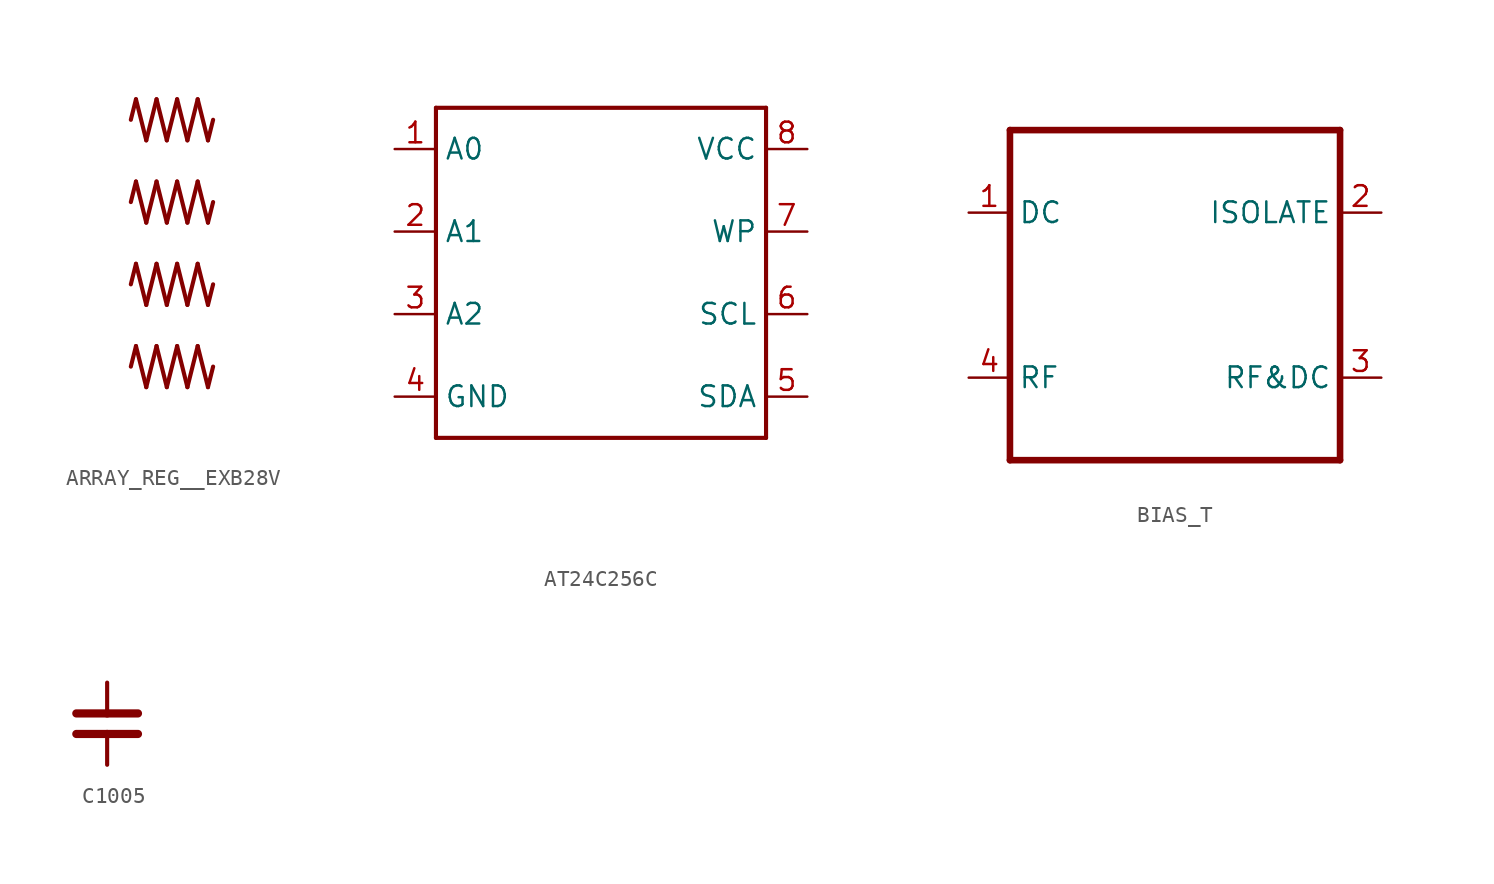
<source format=kicad_sym>
(kicad_symbol_lib
  (version 20220914)
  (generator kicad_symbol_editor)
  (symbol "ARRAY_REG__EXB28V"
    (property "Reference" ""
      (at -2.54 7.62 0)
      (effects (font (size 1.27 1.079)) (justify left bottom) hide))
    (property "Value" ""
      (at -2.54 -13.97 0)
      (effects (font (size 1.27 1.079)) (justify left bottom)))
    (property "ki_locked" ""
      (at 0 0 0)
      (effects (font (size 1.27 1.27))))
    (symbol "ARRAY_REG__EXB28V_1_0"
      (polyline (pts (xy -2.54 -10.16) (xy -2.223 -8.89)) (stroke (width 0.254) (type solid)) (fill (type none)))
      (polyline (pts (xy -2.54 -5.08) (xy -2.223 -3.81)) (stroke (width 0.254) (type solid)) (fill (type none)))
      (polyline (pts (xy -2.54 0) (xy -2.223 1.27)) (stroke (width 0.254) (type solid)) (fill (type none)))
      (polyline (pts (xy -2.54 5.08) (xy -2.223 6.35)) (stroke (width 0.254) (type solid)) (fill (type none)))
      (polyline (pts (xy -2.223 -8.89) (xy -1.587 -11.43)) (stroke (width 0.254) (type solid)) (fill (type none)))
      (polyline (pts (xy -2.223 -3.81) (xy -1.587 -6.35)) (stroke (width 0.254) (type solid)) (fill (type none)))
      (polyline (pts (xy -2.223 1.27) (xy -1.587 -1.27)) (stroke (width 0.254) (type solid)) (fill (type none)))
      (polyline (pts (xy -2.223 6.35) (xy -1.587 3.81)) (stroke (width 0.254) (type solid)) (fill (type none)))
      (polyline (pts (xy -1.587 -11.43) (xy -0.953 -8.89)) (stroke (width 0.254) (type solid)) (fill (type none)))
      (polyline (pts (xy -1.587 -6.35) (xy -0.953 -3.81)) (stroke (width 0.254) (type solid)) (fill (type none)))
      (polyline (pts (xy -1.587 -1.27) (xy -0.953 1.27)) (stroke (width 0.254) (type solid)) (fill (type none)))
      (polyline (pts (xy -1.587 3.81) (xy -0.953 6.35)) (stroke (width 0.254) (type solid)) (fill (type none)))
      (polyline (pts (xy -0.953 -8.89) (xy -0.318 -11.43)) (stroke (width 0.254) (type solid)) (fill (type none)))
      (polyline (pts (xy -0.953 -3.81) (xy -0.318 -6.35)) (stroke (width 0.254) (type solid)) (fill (type none)))
      (polyline (pts (xy -0.953 1.27) (xy -0.318 -1.27)) (stroke (width 0.254) (type solid)) (fill (type none)))
      (polyline (pts (xy -0.953 6.35) (xy -0.318 3.81)) (stroke (width 0.254) (type solid)) (fill (type none)))
      (polyline (pts (xy -0.318 -11.43) (xy 0.318 -8.89)) (stroke (width 0.254) (type solid)) (fill (type none)))
      (polyline (pts (xy -0.318 -6.35) (xy 0.318 -3.81)) (stroke (width 0.254) (type solid)) (fill (type none)))
      (polyline (pts (xy -0.318 -1.27) (xy 0.318 1.27)) (stroke (width 0.254) (type solid)) (fill (type none)))
      (polyline (pts (xy -0.318 3.81) (xy 0.318 6.35)) (stroke (width 0.254) (type solid)) (fill (type none)))
      (polyline (pts (xy 0.318 -8.89) (xy 0.953 -11.43)) (stroke (width 0.254) (type solid)) (fill (type none)))
      (polyline (pts (xy 0.318 -3.81) (xy 0.953 -6.35)) (stroke (width 0.254) (type solid)) (fill (type none)))
      (polyline (pts (xy 0.318 1.27) (xy 0.953 -1.27)) (stroke (width 0.254) (type solid)) (fill (type none)))
      (polyline (pts (xy 0.318 6.35) (xy 0.953 3.81)) (stroke (width 0.254) (type solid)) (fill (type none)))
      (polyline (pts (xy 0.953 -11.43) (xy 1.587 -8.89)) (stroke (width 0.254) (type solid)) (fill (type none)))
      (polyline (pts (xy 0.953 -6.35) (xy 1.587 -3.81)) (stroke (width 0.254) (type solid)) (fill (type none)))
      (polyline (pts (xy 0.953 -1.27) (xy 1.587 1.27)) (stroke (width 0.254) (type solid)) (fill (type none)))
      (polyline (pts (xy 0.953 3.81) (xy 1.587 6.35)) (stroke (width 0.254) (type solid)) (fill (type none)))
      (polyline (pts (xy 1.587 -8.89) (xy 2.223 -11.43)) (stroke (width 0.254) (type solid)) (fill (type none)))
      (polyline (pts (xy 1.587 -3.81) (xy 2.223 -6.35)) (stroke (width 0.254) (type solid)) (fill (type none)))
      (polyline (pts (xy 1.587 1.27) (xy 2.223 -1.27)) (stroke (width 0.254) (type solid)) (fill (type none)))
      (polyline (pts (xy 1.587 6.35) (xy 2.223 3.81)) (stroke (width 0.254) (type solid)) (fill (type none)))
      (polyline (pts (xy 2.223 -11.43) (xy 2.54 -10.16)) (stroke (width 0.254) (type solid)) (fill (type none)))
      (polyline (pts (xy 2.223 -6.35) (xy 2.54 -5.08)) (stroke (width 0.254) (type solid)) (fill (type none)))
      (polyline (pts (xy 2.223 -1.27) (xy 2.54 0)) (stroke (width 0.254) (type solid)) (fill (type none)))
      (polyline (pts (xy 2.223 3.81) (xy 2.54 5.08)) (stroke (width 0.254) (type solid)) (fill (type none)))
      (pin passive line (at -2.54 5.08 0) (length 0) (name "P1" (effects (font (size 0 0)))) (number "1" (effects (font (size 0 0)))))
      (pin passive line (at 2.54 5.08 0) (length 0) (name "P2" (effects (font (size 0 0)))) (number "2" (effects (font (size 0 0)))))
      (pin passive line (at -2.54 0 0) (length 0) (name "P3" (effects (font (size 0 0)))) (number "3" (effects (font (size 0 0)))))
      (pin passive line (at 2.54 0 0) (length 0) (name "P4" (effects (font (size 0 0)))) (number "4" (effects (font (size 0 0)))))
      (pin passive line (at -2.54 -5.08 0) (length 0) (name "P5" (effects (font (size 0 0)))) (number "5" (effects (font (size 0 0)))))
      (pin passive line (at 2.54 -5.08 0) (length 0) (name "P6" (effects (font (size 0 0)))) (number "6" (effects (font (size 0 0)))))
      (pin passive line (at -2.54 -10.16 0) (length 0) (name "P7" (effects (font (size 0 0)))) (number "7" (effects (font (size 0 0)))))
      (pin passive line (at 2.54 -10.16 0) (length 0) (name "P8" (effects (font (size 0 0)))) (number "8" (effects (font (size 0 0)))))))
  (symbol "AT24C256C"
    (property "Reference" ""
      (at -7.62 13.97 0)
      (effects (font (size 1.778 1.511)) (justify left bottom) hide))
    (property "Value" ""
      (at -7.62 -15.24 0)
      (effects (font (size 1.778 1.511)) (justify left bottom)))
    (property "ki_locked" ""
      (at 0 0 0)
      (effects (font (size 1.27 1.27))))
    (symbol "AT24C256C_1_0"
      (polyline (pts (xy -10.16 -10.16) (xy 10.16 -10.16)) (stroke (width 0.254) (type solid)) (fill (type none)))
      (polyline (pts (xy -10.16 10.16) (xy -10.16 -10.16)) (stroke (width 0.254) (type solid)) (fill (type none)))
      (polyline (pts (xy 10.16 -10.16) (xy 10.16 10.16)) (stroke (width 0.254) (type solid)) (fill (type none)))
      (polyline (pts (xy 10.16 10.16) (xy -10.16 10.16)) (stroke (width 0.254) (type solid)) (fill (type none)))
      (pin input line (at -12.7 7.62 0) (length 2.54) (name "A0" (effects (font (size 1.27 1.27)))) (number "1" (effects (font (size 1.27 1.27)))))
      (pin input line (at -12.7 2.54 0) (length 2.54) (name "A1" (effects (font (size 1.27 1.27)))) (number "2" (effects (font (size 1.27 1.27)))))
      (pin input line (at -12.7 -2.54 0) (length 2.54) (name "A2" (effects (font (size 1.27 1.27)))) (number "3" (effects (font (size 1.27 1.27)))))
      (pin power_in line (at -12.7 -7.62 0) (length 2.54) (name "GND" (effects (font (size 1.27 1.27)))) (number "4" (effects (font (size 1.27 1.27)))))
      (pin bidirectional line (at 12.7 -7.62 180) (length 2.54) (name "SDA" (effects (font (size 1.27 1.27)))) (number "5" (effects (font (size 1.27 1.27)))))
      (pin input line (at 12.7 -2.54 180) (length 2.54) (name "SCL" (effects (font (size 1.27 1.27)))) (number "6" (effects (font (size 1.27 1.27)))))
      (pin input line (at 12.7 2.54 180) (length 2.54) (name "WP" (effects (font (size 1.27 1.27)))) (number "7" (effects (font (size 1.27 1.27)))))
      (pin power_in line (at 12.7 7.62 180) (length 2.54) (name "VCC" (effects (font (size 1.27 1.27)))) (number "8" (effects (font (size 1.27 1.27)))))))
  (symbol "BIAS_T"
    (property "Reference" ""
      (at -8.89 11.43 0)
      (effects (font (size 1.778 1.511)) (justify left bottom) hide))
    (property "Value" ""
      (at 1.524 11.43 0)
      (effects (font (size 1.778 1.511)) (justify left bottom)))
    (property "ki_locked" ""
      (at 0 0 0)
      (effects (font (size 1.27 1.27))))
    (symbol "BIAS_T_1_0"
      (polyline (pts (xy -10.16 -10.16) (xy 10.16 -10.16)) (stroke (width 0.406) (type solid)) (fill (type none)))
      (polyline (pts (xy -10.16 10.16) (xy -10.16 -10.16)) (stroke (width 0.406) (type solid)) (fill (type none)))
      (polyline (pts (xy 10.16 -10.16) (xy 10.16 10.16)) (stroke (width 0.406) (type solid)) (fill (type none)))
      (polyline (pts (xy 10.16 10.16) (xy -10.16 10.16)) (stroke (width 0.406) (type solid)) (fill (type none)))
      (pin bidirectional line (at -12.7 5.08 0) (length 2.54) (name "DC" (effects (font (size 1.27 1.27)))) (number "1" (effects (font (size 1.27 1.27)))))
      (pin bidirectional line (at 12.7 5.08 180) (length 2.54) (name "ISOLATE" (effects (font (size 1.27 1.27)))) (number "2" (effects (font (size 1.27 1.27)))))
      (pin bidirectional line (at 12.7 -5.08 180) (length 2.54) (name "RF&DC" (effects (font (size 1.27 1.27)))) (number "3" (effects (font (size 1.27 1.27)))))
      (pin bidirectional line (at -12.7 -5.08 0) (length 2.54) (name "RF" (effects (font (size 1.27 1.27)))) (number "4" (effects (font (size 1.27 1.27)))))))
  (symbol "C1005"
    (property "Reference" ""
      (at 2.54 2.54 0)
      (effects (font (size 1.27 1.079)) (justify left bottom) hide))
    (property "Value" ""
      (at 2.54 -2.54 0)
      (effects (font (size 1.27 1.079)) (justify left bottom)))
    (property "ki_locked" ""
      (at 0 0 0)
      (effects (font (size 1.27 1.27))))
    (symbol "C1005_1_0"
      (polyline (pts (xy -1.905 -0.635) (xy 0 -0.635)) (stroke (width 0.508) (type solid)) (fill (type none)))
      (polyline (pts (xy -1.905 0.635) (xy 0 0.635)) (stroke (width 0.508) (type solid)) (fill (type none)))
      (polyline (pts (xy 0 -0.635) (xy 0 -2.54)) (stroke (width 0.254) (type solid)) (fill (type none)))
      (polyline (pts (xy 0 -0.635) (xy 1.905 -0.635)) (stroke (width 0.508) (type solid)) (fill (type none)))
      (polyline (pts (xy 0 0.635) (xy 1.905 0.635)) (stroke (width 0.508) (type solid)) (fill (type none)))
      (polyline (pts (xy 0 2.54) (xy 0 0.635)) (stroke (width 0.254) (type solid)) (fill (type none)))
      (pin passive line (at 0 2.54 270) (length 0) (name "1" (effects (font (size 0 0)))) (number "1" (effects (font (size 0 0)))))
      (pin passive line (at 0 -2.54 90) (length 0) (name "2" (effects (font (size 0 0)))) (number "2" (effects (font (size 0 0))))))))
</source>
